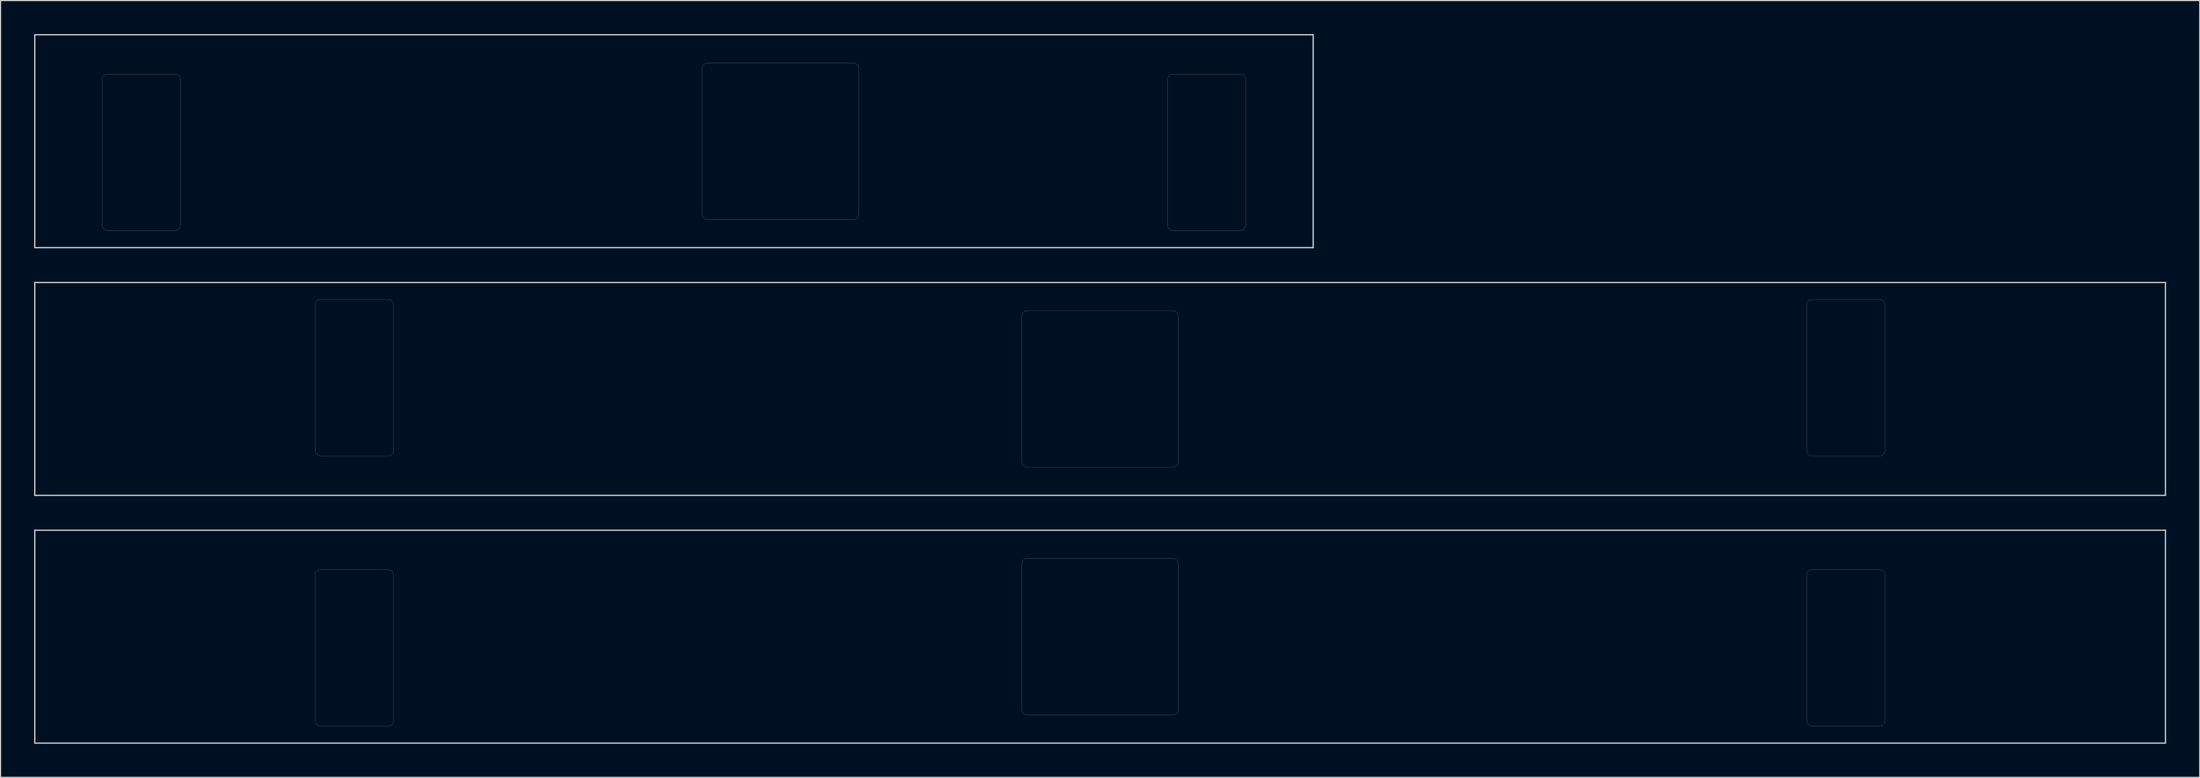
<source format=kicad_pcb>
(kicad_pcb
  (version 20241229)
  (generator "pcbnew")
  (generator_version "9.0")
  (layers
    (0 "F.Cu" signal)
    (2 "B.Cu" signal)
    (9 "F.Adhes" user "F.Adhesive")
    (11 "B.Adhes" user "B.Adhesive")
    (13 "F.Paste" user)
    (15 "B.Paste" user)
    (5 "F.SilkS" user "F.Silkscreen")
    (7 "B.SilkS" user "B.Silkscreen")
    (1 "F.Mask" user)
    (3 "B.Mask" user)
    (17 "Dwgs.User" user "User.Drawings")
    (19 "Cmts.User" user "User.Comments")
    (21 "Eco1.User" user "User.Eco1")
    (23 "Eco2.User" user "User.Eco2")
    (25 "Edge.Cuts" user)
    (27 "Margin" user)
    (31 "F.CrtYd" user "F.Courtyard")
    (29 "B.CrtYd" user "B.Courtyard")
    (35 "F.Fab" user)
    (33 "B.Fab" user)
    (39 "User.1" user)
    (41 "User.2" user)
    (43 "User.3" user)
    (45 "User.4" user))
  (footprint "MX600"
    (layer "F.Cu")
    (at 66.735 9.585)
    (property "Reference" "MX600" (at 0 2.381 0) (layer "Eco1.User") (effects (font (size 1 1) (thickness 0.15))))
    (attr through_hole)
    (fp_line (start -66.675 -9.525) (end 47.625 -9.525) (stroke (width 0.12) (type solid)) (layer "Dwgs.User"))
    (fp_line (start -66.675 9.525) (end -66.675 -9.525) (stroke (width 0.12) (type solid)) (layer "Dwgs.User"))
    (fp_line (start 47.625 -9.525) (end 47.625 9.525) (stroke (width 0.12) (type solid)) (layer "Dwgs.User"))
    (fp_line (start 47.625 9.525) (end -66.675 9.525) (stroke (width 0.12) (type solid)) (layer "Dwgs.User"))
    (fp_line (start 0 0) (end -0.5 0) (stroke (width 0.12) (type solid)) (layer "Eco1.User"))
    (fp_line (start 0 0) (end 0 -0.5) (stroke (width 0.12) (type solid)) (layer "Eco1.User"))
    (fp_line (start 0 0) (end 0 0.5) (stroke (width 0.12) (type solid)) (layer "Eco1.User"))
    (fp_line (start 0 0) (end 0.5 0) (stroke (width 0.12) (type solid)) (layer "Eco1.User"))
    (fp_line (start -60.65 -5.5) (end -60.65 7.5) (stroke (width 0.01) (type solid)) (layer "Edge.Cuts"))
    (fp_line (start -60.15 -6) (end -54.15 -6) (stroke (width 0.01) (type solid)) (layer "Edge.Cuts"))
    (fp_line (start -60.15 8) (end -54.15 8) (stroke (width 0.01) (type solid)) (layer "Edge.Cuts"))
    (fp_line (start -53.65 -5.5) (end -53.65 7.5) (stroke (width 0.01) (type solid)) (layer "Edge.Cuts"))
    (fp_line (start -7 -6.5) (end -7 6.5) (stroke (width 0.01) (type solid)) (layer "Edge.Cuts"))
    (fp_line (start -6.5 -7) (end 6.5 -7) (stroke (width 0.01) (type solid)) (layer "Edge.Cuts"))
    (fp_line (start -6.5 7) (end 6.5 7) (stroke (width 0.01) (type solid)) (layer "Edge.Cuts"))
    (fp_line (start 7 -6.5) (end 7 6.5) (stroke (width 0.01) (type solid)) (layer "Edge.Cuts"))
    (fp_line (start 34.6 -5.5) (end 34.6 7.5) (stroke (width 0.01) (type solid)) (layer "Edge.Cuts"))
    (fp_line (start 35.1 -6) (end 41.1 -6) (stroke (width 0.01) (type solid)) (layer "Edge.Cuts"))
    (fp_line (start 35.1 8) (end 41.1 8) (stroke (width 0.01) (type solid)) (layer "Edge.Cuts"))
    (fp_line (start 41.6 -5.5) (end 41.6 7.5) (stroke (width 0.01) (type solid)) (layer "Edge.Cuts"))
    (fp_arc (start -60.65 -5.50038) (mid -60.503553 -5.853933) (end -60.15 -6.00038) (stroke (width 0.010007) (type solid)) (layer "Edge.Cuts"))
    (fp_arc (start -60.15 8) (mid -60.503553 7.853553) (end -60.65 7.5) (stroke (width 0.010007) (type solid)) (layer "Edge.Cuts"))
    (fp_arc (start -54.15 -6.00038) (mid -53.796447 -5.853933) (end -53.65 -5.50038) (stroke (width 0.010007) (type solid)) (layer "Edge.Cuts"))
    (fp_arc (start -53.65 7.5) (mid -53.796447 7.853553) (end -54.15 8) (stroke (width 0.010007) (type solid)) (layer "Edge.Cuts"))
    (fp_arc (start -7 -6.5) (mid -6.853553 -6.853553) (end -6.5 -7) (stroke (width 0.010007) (type solid)) (layer "Edge.Cuts"))
    (fp_arc (start -6.5 7) (mid -6.853553 6.853553) (end -7 6.5) (stroke (width 0.010007) (type solid)) (layer "Edge.Cuts"))
    (fp_arc (start 6.5 -7) (mid 6.853553 -6.853553) (end 7 -6.5) (stroke (width 0.010007) (type solid)) (layer "Edge.Cuts"))
    (fp_arc (start 6.999672 6.500007) (mid 6.853225 6.85356) (end 6.499672 7.000007) (stroke (width 0.010007) (type solid)) (layer "Edge.Cuts"))
    (fp_arc (start 34.6 -5.5) (mid 34.746447 -5.853553) (end 35.1 -6) (stroke (width 0.010007) (type solid)) (layer "Edge.Cuts"))
    (fp_arc (start 35.1 8.000008) (mid 34.746447 7.853561) (end 34.6 7.500008) (stroke (width 0.010007) (type solid)) (layer "Edge.Cuts"))
    (fp_arc (start 41.1 -6) (mid 41.453553 -5.853553) (end 41.6 -5.5) (stroke (width 0.010007) (type solid)) (layer "Edge.Cuts"))
    (fp_arc (start 41.6 7.500008) (mid 41.453553 7.853561) (end 41.1 8.000008) (stroke (width 0.010007) (type solid)) (layer "Edge.Cuts")))
  (footprint "MX1000"
    (layer "F.Cu")
    (at 95.31 53.925)
    (property "Reference" "MX1000" (at 0 2.381 0) (layer "Eco1.User") (effects (font (size 1 1) (thickness 0.15))))
    (attr through_hole)
    (fp_line (start -95.25 -9.525) (end 95.25 -9.525) (stroke (width 0.12) (type solid)) (layer "Dwgs.User"))
    (fp_line (start -95.25 9.525) (end -95.25 -9.525) (stroke (width 0.12) (type solid)) (layer "Dwgs.User"))
    (fp_line (start 95.25 -9.525) (end 95.25 9.525) (stroke (width 0.12) (type solid)) (layer "Dwgs.User"))
    (fp_line (start 95.25 9.525) (end -95.25 9.525) (stroke (width 0.12) (type solid)) (layer "Dwgs.User"))
    (fp_line (start 0 0) (end -0.5 0) (stroke (width 0.12) (type solid)) (layer "Eco1.User"))
    (fp_line (start 0 0) (end 0 -0.5) (stroke (width 0.12) (type solid)) (layer "Eco1.User"))
    (fp_line (start 0 0) (end 0 0.5) (stroke (width 0.12) (type solid)) (layer "Eco1.User"))
    (fp_line (start 0 0) (end 0.5 0) (stroke (width 0.12) (type solid)) (layer "Eco1.User"))
    (fp_line (start -70.175 -5.5) (end -70.175 7.5) (stroke (width 0.01) (type solid)) (layer "Edge.Cuts"))
    (fp_line (start -69.675 -6) (end -63.675 -5.999) (stroke (width 0.01) (type solid)) (layer "Edge.Cuts"))
    (fp_line (start -69.675 8.001) (end -63.675 8.001) (stroke (width 0.01) (type solid)) (layer "Edge.Cuts"))
    (fp_line (start -63.175 -5.499) (end -63.175 7.501) (stroke (width 0.01) (type solid)) (layer "Edge.Cuts"))
    (fp_line (start -7 -6.5) (end -7 6.5) (stroke (width 0.01) (type solid)) (layer "Edge.Cuts"))
    (fp_line (start -6.5 -7) (end 6.5 -7) (stroke (width 0.01) (type solid)) (layer "Edge.Cuts"))
    (fp_line (start -6.5 7) (end 6.5 7) (stroke (width 0.01) (type solid)) (layer "Edge.Cuts"))
    (fp_line (start 7 -6.5) (end 7 6.5) (stroke (width 0.01) (type solid)) (layer "Edge.Cuts"))
    (fp_line (start 63.175 -5.5) (end 63.175 7.5) (stroke (width 0.01) (type solid)) (layer "Edge.Cuts"))
    (fp_line (start 63.675 -6) (end 69.675 -6) (stroke (width 0.01) (type solid)) (layer "Edge.Cuts"))
    (fp_line (start 63.675 8) (end 69.675 8) (stroke (width 0.01) (type solid)) (layer "Edge.Cuts"))
    (fp_line (start 70.175 -5.5) (end 70.175 7.5) (stroke (width 0.01) (type solid)) (layer "Edge.Cuts"))
    (fp_arc (start -70.175 -5.499546) (mid -70.028553 -5.853099) (end -69.675 -5.999546) (stroke (width 0.010007) (type solid)) (layer "Edge.Cuts"))
    (fp_arc (start -69.675 8.000908) (mid -70.028553 7.854461) (end -70.175 7.500908) (stroke (width 0.010007) (type solid)) (layer "Edge.Cuts"))
    (fp_arc (start -63.675 -5.999092) (mid -63.321447 -5.852645) (end -63.175 -5.499092) (stroke (width 0.010007) (type solid)) (layer "Edge.Cuts"))
    (fp_arc (start -63.175 7.500908) (mid -63.321447 7.854461) (end -63.675 8.000908) (stroke (width 0.010007) (type solid)) (layer "Edge.Cuts"))
    (fp_arc (start -7 -6.5) (mid -6.853553 -6.853553) (end -6.5 -7) (stroke (width 0.010007) (type solid)) (layer "Edge.Cuts"))
    (fp_arc (start -6.5 7) (mid -6.853553 6.853553) (end -7 6.5) (stroke (width 0.010007) (type solid)) (layer "Edge.Cuts"))
    (fp_arc (start 6.5 -7) (mid 6.853553 -6.853553) (end 7 -6.5) (stroke (width 0.010007) (type solid)) (layer "Edge.Cuts"))
    (fp_arc (start 6.999672 6.500007) (mid 6.853225 6.85356) (end 6.499672 7.000007) (stroke (width 0.010007) (type solid)) (layer "Edge.Cuts"))
    (fp_arc (start 63.175 -5.5) (mid 63.321447 -5.853553) (end 63.675 -6) (stroke (width 0.010007) (type solid)) (layer "Edge.Cuts"))
    (fp_arc (start 63.675 8) (mid 63.321447 7.853553) (end 63.175 7.5) (stroke (width 0.010007) (type solid)) (layer "Edge.Cuts"))
    (fp_arc (start 69.675 -6) (mid 70.028553 -5.853553) (end 70.175 -5.5) (stroke (width 0.010007) (type solid)) (layer "Edge.Cuts"))
    (fp_arc (start 70.175 7.5) (mid 70.028553 7.853553) (end 69.675 8) (stroke (width 0.010007) (type solid)) (layer "Edge.Cuts")))
  (footprint "MX1000_reverse"
    (layer "F.Cu")
    (at 95.31 31.755)
    (property "Reference" "MX1000_reverse" (at 0 2.381 0) (layer "Eco1.User") (effects (font (size 1 1) (thickness 0.15))))
    (attr through_hole)
    (fp_line (start -95.25 -9.525) (end 95.25 -9.525) (stroke (width 0.12) (type solid)) (layer "Dwgs.User"))
    (fp_line (start -95.25 9.525) (end -95.25 -9.525) (stroke (width 0.12) (type solid)) (layer "Dwgs.User"))
    (fp_line (start 95.25 -9.525) (end 95.25 9.525) (stroke (width 0.12) (type solid)) (layer "Dwgs.User"))
    (fp_line (start 95.25 9.525) (end -95.25 9.525) (stroke (width 0.12) (type solid)) (layer "Dwgs.User"))
    (fp_line (start 0 0) (end -0.5 0) (stroke (width 0.12) (type solid)) (layer "Eco1.User"))
    (fp_line (start 0 0) (end 0 -0.5) (stroke (width 0.12) (type solid)) (layer "Eco1.User"))
    (fp_line (start 0 0) (end 0 0.5) (stroke (width 0.12) (type solid)) (layer "Eco1.User"))
    (fp_line (start 0 0) (end 0.5 0) (stroke (width 0.12) (type solid)) (layer "Eco1.User"))
    (fp_line (start -70.175 -7.5) (end -70.175 5.5) (stroke (width 0.01) (type solid)) (layer "Edge.Cuts"))
    (fp_line (start -69.675 -8) (end -63.675 -8) (stroke (width 0.01) (type solid)) (layer "Edge.Cuts"))
    (fp_line (start -69.675 6) (end -63.675 6) (stroke (width 0.01) (type solid)) (layer "Edge.Cuts"))
    (fp_line (start -63.175 -7.5) (end -63.175 5.5) (stroke (width 0.01) (type solid)) (layer "Edge.Cuts"))
    (fp_line (start -7 -6.5) (end -7 6.5) (stroke (width 0.01) (type solid)) (layer "Edge.Cuts"))
    (fp_line (start -6.5 -7) (end 6.5 -7) (stroke (width 0.01) (type solid)) (layer "Edge.Cuts"))
    (fp_line (start -6.5 7) (end 6.5 7) (stroke (width 0.01) (type solid)) (layer "Edge.Cuts"))
    (fp_line (start 7 -6.5) (end 7 6.5) (stroke (width 0.01) (type solid)) (layer "Edge.Cuts"))
    (fp_line (start 63.175 -7.5) (end 63.175 5.5) (stroke (width 0.01) (type solid)) (layer "Edge.Cuts"))
    (fp_line (start 63.675 -8) (end 69.675 -8) (stroke (width 0.01) (type solid)) (layer "Edge.Cuts"))
    (fp_line (start 63.675 6) (end 69.675 6) (stroke (width 0.01) (type solid)) (layer "Edge.Cuts"))
    (fp_line (start 70.175 -7.5) (end 70.175 5.5) (stroke (width 0.01) (type solid)) (layer "Edge.Cuts"))
    (fp_arc (start -70.175 -7.5) (mid -70.028553 -7.853553) (end -69.675 -8) (stroke (width 0.010007) (type solid)) (layer "Edge.Cuts"))
    (fp_arc (start -69.675 6) (mid -70.028553 5.853553) (end -70.175 5.5) (stroke (width 0.010007) (type solid)) (layer "Edge.Cuts"))
    (fp_arc (start -63.675 -8) (mid -63.321447 -7.853553) (end -63.175 -7.5) (stroke (width 0.010007) (type solid)) (layer "Edge.Cuts"))
    (fp_arc (start -63.175 5.5) (mid -63.321447 5.853553) (end -63.675 6) (stroke (width 0.010007) (type solid)) (layer "Edge.Cuts"))
    (fp_arc (start -7 -6.5) (mid -6.853553 -6.853553) (end -6.5 -7) (stroke (width 0.010007) (type solid)) (layer "Edge.Cuts"))
    (fp_arc (start -6.5 7) (mid -6.853553 6.853553) (end -7 6.5) (stroke (width 0.010007) (type solid)) (layer "Edge.Cuts"))
    (fp_arc (start 6.5 -7) (mid 6.853553 -6.853553) (end 7 -6.5) (stroke (width 0.010007) (type solid)) (layer "Edge.Cuts"))
    (fp_arc (start 6.999672 6.500007) (mid 6.853225 6.85356) (end 6.499672 7.000007) (stroke (width 0.010007) (type solid)) (layer "Edge.Cuts"))
    (fp_arc (start 63.175 -7.5) (mid 63.321447 -7.853553) (end 63.675 -8) (stroke (width 0.010007) (type solid)) (layer "Edge.Cuts"))
    (fp_arc (start 63.675 6) (mid 63.321447 5.853553) (end 63.175 5.5) (stroke (width 0.010007) (type solid)) (layer "Edge.Cuts"))
    (fp_arc (start 69.675 -8) (mid 70.028553 -7.853553) (end 70.175 -7.5) (stroke (width 0.010007) (type solid)) (layer "Edge.Cuts"))
    (fp_arc (start 70.175 5.5) (mid 70.028553 5.853553) (end 69.675 6) (stroke (width 0.010007) (type solid)) (layer "Edge.Cuts")))
  (gr_rect
    (start -3 -3)
    (end 193.62 66.51)
    (stroke (width 0.1) (type default))
    (fill no)
    (layer "Edge.Cuts")))
</source>
